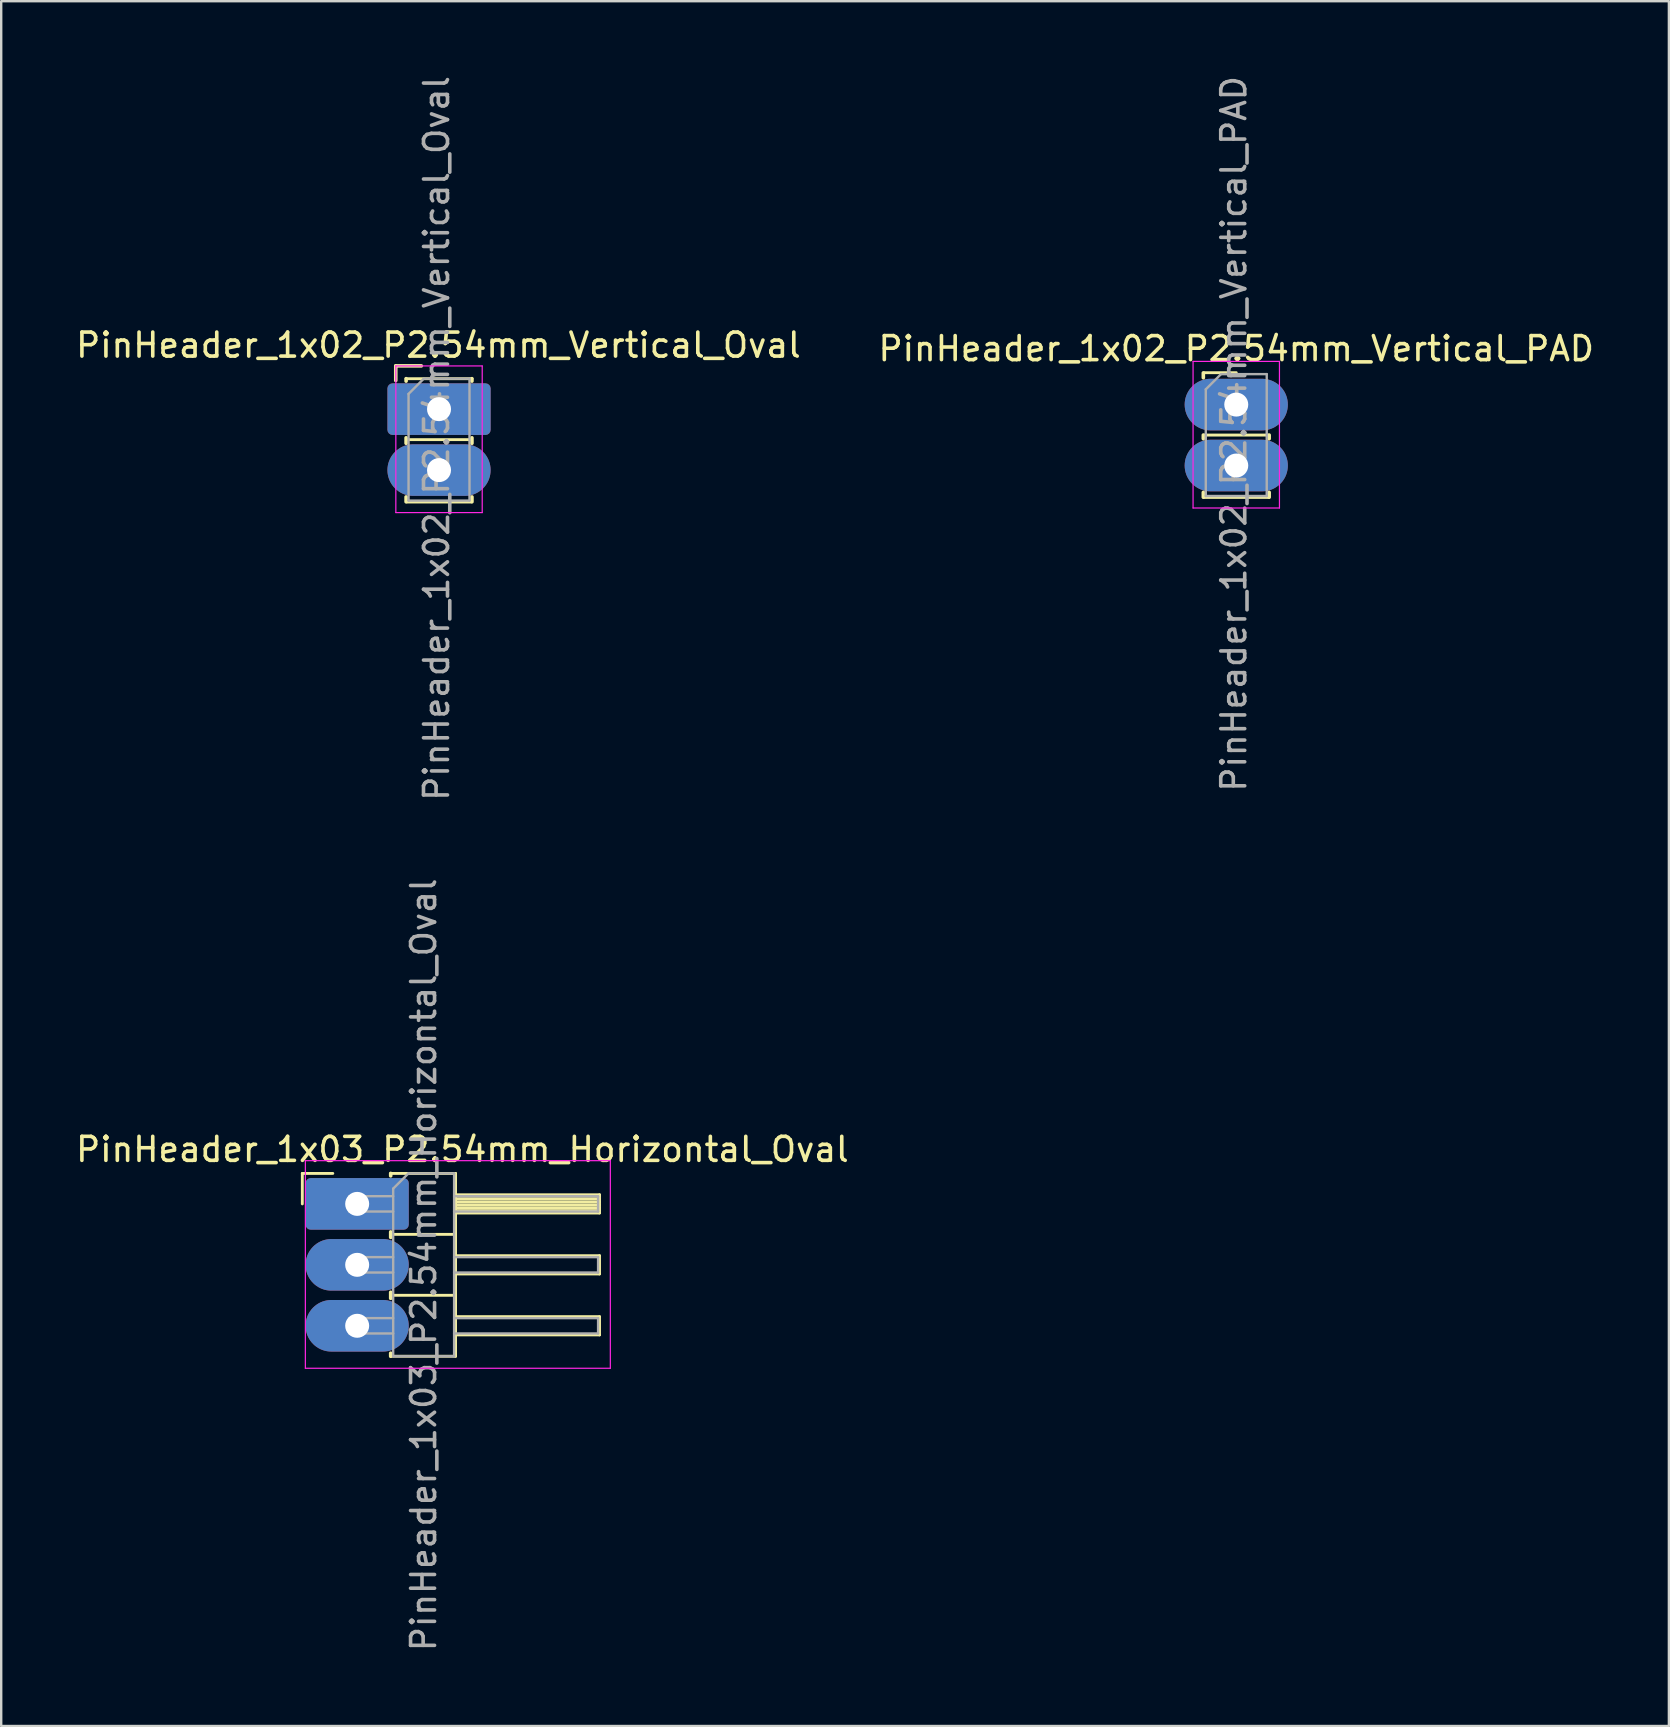
<source format=kicad_pcb>
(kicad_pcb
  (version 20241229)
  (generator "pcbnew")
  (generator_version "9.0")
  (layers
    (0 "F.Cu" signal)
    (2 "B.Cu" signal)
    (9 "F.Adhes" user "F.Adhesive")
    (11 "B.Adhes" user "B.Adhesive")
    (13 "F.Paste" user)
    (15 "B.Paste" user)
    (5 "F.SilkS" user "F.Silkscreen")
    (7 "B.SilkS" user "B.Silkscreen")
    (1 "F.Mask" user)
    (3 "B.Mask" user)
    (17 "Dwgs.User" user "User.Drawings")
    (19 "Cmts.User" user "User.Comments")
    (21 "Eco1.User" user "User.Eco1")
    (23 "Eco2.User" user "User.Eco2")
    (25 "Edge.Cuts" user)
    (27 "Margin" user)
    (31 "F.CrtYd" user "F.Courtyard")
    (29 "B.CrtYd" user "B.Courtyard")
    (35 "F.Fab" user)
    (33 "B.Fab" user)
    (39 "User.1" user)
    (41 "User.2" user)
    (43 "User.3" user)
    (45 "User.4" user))
  (footprint "PinHeader_1x02_P2.54mm_Vertical_Oval"
    (layer "F.Cu")
    (at 15.246 14.001)
    (property "Reference" "PinHeader_1x02_P2.54mm_Vertical_Oval" (at -0.025 -2.667 0) (layer "F.SilkS") (effects (font (size 1 1) (thickness 0.15))))
    (attr through_hole)
    (fp_line (start -1.803 -1.803) (end -0.737 -1.803) (stroke (width 0.15) (type solid)) (layer "F.SilkS"))
    (fp_line (start -1.803 -1.194) (end -1.803 -1.803) (stroke (width 0.15) (type solid)) (layer "F.SilkS"))
    (fp_line (start -1.372 -1.27) (end -1.372 -1.168) (stroke (width 0.15) (type solid)) (layer "F.SilkS"))
    (fp_line (start -1.372 -1.27) (end 1.372 -1.27) (stroke (width 0.12) (type solid)) (layer "F.SilkS"))
    (fp_line (start -1.372 1.194) (end -1.372 1.422) (stroke (width 0.15) (type solid)) (layer "F.SilkS"))
    (fp_line (start -1.372 3.658) (end -1.372 3.861) (stroke (width 0.15) (type solid)) (layer "F.SilkS"))
    (fp_line (start -1.33 1.27) (end 1.33 1.27) (stroke (width 0.12) (type solid)) (layer "F.SilkS"))
    (fp_line (start -1.33 3.87) (end 1.33 3.87) (stroke (width 0.12) (type solid)) (layer "F.SilkS"))
    (fp_line (start 1.372 -1.27) (end 1.372 -1.168) (stroke (width 0.15) (type solid)) (layer "F.SilkS"))
    (fp_line (start 1.372 1.194) (end 1.372 1.422) (stroke (width 0.15) (type solid)) (layer "F.SilkS"))
    (fp_line (start 1.372 3.861) (end 1.372 3.658) (stroke (width 0.15) (type solid)) (layer "F.SilkS"))
    (fp_line (start -1.8 -1.8) (end -1.8 4.31) (stroke (width 0.05) (type solid)) (layer "F.CrtYd"))
    (fp_line (start -1.8 4.31) (end 1.8 4.31) (stroke (width 0.05) (type solid)) (layer "F.CrtYd"))
    (fp_line (start 1.8 -1.8) (end -1.8 -1.8) (stroke (width 0.05) (type solid)) (layer "F.CrtYd"))
    (fp_line (start 1.8 4.31) (end 1.8 -1.8) (stroke (width 0.05) (type solid)) (layer "F.CrtYd"))
    (fp_line (start -1.27 -0.635) (end -0.635 -1.27) (stroke (width 0.1) (type solid)) (layer "F.Fab"))
    (fp_line (start -1.27 3.81) (end -1.27 -0.635) (stroke (width 0.1) (type solid)) (layer "F.Fab"))
    (fp_line (start -0.635 -1.27) (end 1.27 -1.27) (stroke (width 0.1) (type solid)) (layer "F.Fab"))
    (fp_line (start 1.27 -1.27) (end 1.27 3.81) (stroke (width 0.1) (type solid)) (layer "F.Fab"))
    (fp_line (start 1.27 3.81) (end -1.27 3.81) (stroke (width 0.1) (type solid)) (layer "F.Fab"))
    (fp_text user "${REFERENCE}" (at -0.102 1.219 90) (layer "F.Fab") (effects (font (size 1 1) (thickness 0.15))))
    (pad "1" thru_hole roundrect (at 0 0) (size 4.3 2.15) (drill 1) (layers "*.Cu" "*.Mask") (roundrect_rratio 0.1))
    (pad "2" thru_hole oval (at 0 2.54) (size 4.3 2.15) (drill 1) (layers "*.Cu" "*.Mask")))
  (footprint "PinHeader_1x02_P2.54mm_Vertical_PAD"
    (layer "F.Cu")
    (at 48.47 13.811)
    (property "Reference" "PinHeader_1x02_P2.54mm_Vertical_PAD" (at 0 -2.33 0) (layer "F.SilkS") (effects (font (size 1 1) (thickness 0.15))))
    (attr through_hole)
    (fp_line (start -1.372 -1.321) (end -1.372 -1.118) (stroke (width 0.15) (type solid)) (layer "F.SilkS"))
    (fp_line (start -1.372 1.27) (end -1.372 1.422) (stroke (width 0.15) (type solid)) (layer "F.SilkS"))
    (fp_line (start -1.372 3.658) (end -1.372 3.861) (stroke (width 0.15) (type solid)) (layer "F.SilkS"))
    (fp_line (start -1.33 -1.33) (end 0 -1.33) (stroke (width 0.12) (type solid)) (layer "F.SilkS"))
    (fp_line (start -1.33 1.27) (end 1.33 1.27) (stroke (width 0.12) (type solid)) (layer "F.SilkS"))
    (fp_line (start -1.33 3.87) (end 1.33 3.87) (stroke (width 0.12) (type solid)) (layer "F.SilkS"))
    (fp_line (start 1.372 1.27) (end 1.372 1.422) (stroke (width 0.15) (type solid)) (layer "F.SilkS"))
    (fp_line (start 1.372 3.861) (end 1.372 3.658) (stroke (width 0.15) (type solid)) (layer "F.SilkS"))
    (fp_line (start -1.8 -1.8) (end -1.8 4.31) (stroke (width 0.05) (type solid)) (layer "F.CrtYd"))
    (fp_line (start -1.8 4.31) (end 1.8 4.31) (stroke (width 0.05) (type solid)) (layer "F.CrtYd"))
    (fp_line (start 1.8 -1.8) (end -1.8 -1.8) (stroke (width 0.05) (type solid)) (layer "F.CrtYd"))
    (fp_line (start 1.8 4.31) (end 1.8 -1.8) (stroke (width 0.05) (type solid)) (layer "F.CrtYd"))
    (fp_line (start -1.27 -0.635) (end -0.635 -1.27) (stroke (width 0.1) (type solid)) (layer "F.Fab"))
    (fp_line (start -1.27 3.81) (end -1.27 -0.635) (stroke (width 0.1) (type solid)) (layer "F.Fab"))
    (fp_line (start -0.635 -1.27) (end 1.27 -1.27) (stroke (width 0.1) (type solid)) (layer "F.Fab"))
    (fp_line (start 1.27 -1.27) (end 1.27 3.81) (stroke (width 0.1) (type solid)) (layer "F.Fab"))
    (fp_line (start 1.27 3.81) (end -1.27 3.81) (stroke (width 0.1) (type solid)) (layer "F.Fab"))
    (fp_text user "${REFERENCE}" (at -0.102 1.219 90) (layer "F.Fab") (effects (font (size 1 1) (thickness 0.15))))
    (pad "1" thru_hole oval (at 0 0) (size 4.3 2.15) (drill 1) (layers "*.Cu" "*.Mask"))
    (pad "2" thru_hole oval (at 0 2.54) (size 4.3 2.15) (drill 1) (layers "*.Cu" "*.Mask")))
  (footprint "PinHeader_1x03_P2.54mm_Horizontal_Oval"
    (layer "F.Cu")
    (at 11.835 47.121)
    (property "Reference" "PinHeader_1x03_P2.54mm_Horizontal_Oval" (at 4.385 -2.27 0) (layer "F.SilkS") (effects (font (size 1 1) (thickness 0.15))))
    (attr through_hole)
    (fp_line (start -2.286 -1.27) (end -1.016 -1.27) (stroke (width 0.12) (type solid)) (layer "F.SilkS"))
    (fp_line (start -2.286 0) (end -2.286 -1.27) (stroke (width 0.12) (type solid)) (layer "F.SilkS"))
    (fp_line (start 1.397 -1.27) (end 1.397 -1.168) (stroke (width 0.15) (type solid)) (layer "F.SilkS"))
    (fp_line (start 1.397 1.168) (end 1.397 1.397) (stroke (width 0.15) (type solid)) (layer "F.SilkS"))
    (fp_line (start 1.397 1.27) (end 4.1 1.27) (stroke (width 0.12) (type solid)) (layer "F.SilkS"))
    (fp_line (start 1.397 3.683) (end 1.397 3.937) (stroke (width 0.15) (type solid)) (layer "F.SilkS"))
    (fp_line (start 1.397 3.81) (end 4.1 3.81) (stroke (width 0.12) (type solid)) (layer "F.SilkS"))
    (fp_line (start 1.397 6.223) (end 1.397 6.35) (stroke (width 0.15) (type solid)) (layer "F.SilkS"))
    (fp_line (start 1.397 6.35) (end 4.1 6.35) (stroke (width 0.12) (type solid)) (layer "F.SilkS"))
    (fp_line (start 4.1 -1.27) (end 1.397 -1.27) (stroke (width 0.12) (type solid)) (layer "F.SilkS"))
    (fp_line (start 4.1 -0.38) (end 10.1 -0.38) (stroke (width 0.12) (type solid)) (layer "F.SilkS"))
    (fp_line (start 4.1 -0.32) (end 10.1 -0.32) (stroke (width 0.12) (type solid)) (layer "F.SilkS"))
    (fp_line (start 4.1 -0.2) (end 10.1 -0.2) (stroke (width 0.12) (type solid)) (layer "F.SilkS"))
    (fp_line (start 4.1 -0.08) (end 10.1 -0.08) (stroke (width 0.12) (type solid)) (layer "F.SilkS"))
    (fp_line (start 4.1 0.04) (end 10.1 0.04) (stroke (width 0.12) (type solid)) (layer "F.SilkS"))
    (fp_line (start 4.1 0.16) (end 10.1 0.16) (stroke (width 0.12) (type solid)) (layer "F.SilkS"))
    (fp_line (start 4.1 0.28) (end 10.1 0.28) (stroke (width 0.12) (type solid)) (layer "F.SilkS"))
    (fp_line (start 4.1 2.16) (end 10.1 2.16) (stroke (width 0.12) (type solid)) (layer "F.SilkS"))
    (fp_line (start 4.1 4.7) (end 10.1 4.7) (stroke (width 0.12) (type solid)) (layer "F.SilkS"))
    (fp_line (start 4.1 6.35) (end 4.1 -1.27) (stroke (width 0.12) (type solid)) (layer "F.SilkS"))
    (fp_line (start 10.1 -0.38) (end 10.1 0.38) (stroke (width 0.12) (type solid)) (layer "F.SilkS"))
    (fp_line (start 10.1 0.38) (end 4.1 0.38) (stroke (width 0.12) (type solid)) (layer "F.SilkS"))
    (fp_line (start 10.1 2.16) (end 10.1 2.92) (stroke (width 0.12) (type solid)) (layer "F.SilkS"))
    (fp_line (start 10.1 2.92) (end 4.1 2.92) (stroke (width 0.12) (type solid)) (layer "F.SilkS"))
    (fp_line (start 10.1 4.7) (end 10.1 5.46) (stroke (width 0.12) (type solid)) (layer "F.SilkS"))
    (fp_line (start 10.1 5.46) (end 4.1 5.46) (stroke (width 0.12) (type solid)) (layer "F.SilkS"))
    (fp_line (start -2.159 -1.8) (end -2.159 6.85) (stroke (width 0.05) (type solid)) (layer "F.CrtYd"))
    (fp_line (start -2.159 6.85) (end 10.55 6.85) (stroke (width 0.05) (type solid)) (layer "F.CrtYd"))
    (fp_line (start 10.55 -1.8) (end -2.159 -1.8) (stroke (width 0.05) (type solid)) (layer "F.CrtYd"))
    (fp_line (start 10.55 6.85) (end 10.55 -1.8) (stroke (width 0.05) (type solid)) (layer "F.CrtYd"))
    (fp_line (start -0.32 -0.32) (end -0.32 0.32) (stroke (width 0.1) (type solid)) (layer "F.Fab"))
    (fp_line (start -0.32 -0.32) (end 1.5 -0.32) (stroke (width 0.1) (type solid)) (layer "F.Fab"))
    (fp_line (start -0.32 0.32) (end 1.5 0.32) (stroke (width 0.1) (type solid)) (layer "F.Fab"))
    (fp_line (start -0.32 2.22) (end -0.32 2.86) (stroke (width 0.1) (type solid)) (layer "F.Fab"))
    (fp_line (start -0.32 2.22) (end 1.5 2.22) (stroke (width 0.1) (type solid)) (layer "F.Fab"))
    (fp_line (start -0.32 2.86) (end 1.5 2.86) (stroke (width 0.1) (type solid)) (layer "F.Fab"))
    (fp_line (start -0.32 4.76) (end -0.32 5.4) (stroke (width 0.1) (type solid)) (layer "F.Fab"))
    (fp_line (start -0.32 4.76) (end 1.5 4.76) (stroke (width 0.1) (type solid)) (layer "F.Fab"))
    (fp_line (start -0.32 5.4) (end 1.5 5.4) (stroke (width 0.1) (type solid)) (layer "F.Fab"))
    (fp_line (start 1.5 -0.635) (end 2.135 -1.27) (stroke (width 0.1) (type solid)) (layer "F.Fab"))
    (fp_line (start 1.5 6.35) (end 1.5 -0.635) (stroke (width 0.1) (type solid)) (layer "F.Fab"))
    (fp_line (start 2.135 -1.27) (end 4.04 -1.27) (stroke (width 0.1) (type solid)) (layer "F.Fab"))
    (fp_line (start 4.04 -1.27) (end 4.04 6.35) (stroke (width 0.1) (type solid)) (layer "F.Fab"))
    (fp_line (start 4.04 -0.32) (end 10.04 -0.32) (stroke (width 0.1) (type solid)) (layer "F.Fab"))
    (fp_line (start 4.04 0.32) (end 10.04 0.32) (stroke (width 0.1) (type solid)) (layer "F.Fab"))
    (fp_line (start 4.04 2.22) (end 10.04 2.22) (stroke (width 0.1) (type solid)) (layer "F.Fab"))
    (fp_line (start 4.04 2.86) (end 10.04 2.86) (stroke (width 0.1) (type solid)) (layer "F.Fab"))
    (fp_line (start 4.04 4.76) (end 10.04 4.76) (stroke (width 0.1) (type solid)) (layer "F.Fab"))
    (fp_line (start 4.04 5.4) (end 10.04 5.4) (stroke (width 0.1) (type solid)) (layer "F.Fab"))
    (fp_line (start 4.04 6.35) (end 1.5 6.35) (stroke (width 0.1) (type solid)) (layer "F.Fab"))
    (fp_line (start 10.04 -0.32) (end 10.04 0.32) (stroke (width 0.1) (type solid)) (layer "F.Fab"))
    (fp_line (start 10.04 2.22) (end 10.04 2.86) (stroke (width 0.1) (type solid)) (layer "F.Fab"))
    (fp_line (start 10.04 4.76) (end 10.04 5.4) (stroke (width 0.1) (type solid)) (layer "F.Fab"))
    (fp_text user "${REFERENCE}" (at 2.77 2.54 90) (layer "F.Fab") (effects (font (size 1 1) (thickness 0.15))))
    (pad "1" thru_hole roundrect (at 0 0) (size 4.3 2.15) (drill 1) (layers "*.Cu" "*.Mask") (roundrect_rratio 0.1))
    (pad "2" thru_hole oval (at 0 2.54) (size 4.3 2.15) (drill 1) (layers "*.Cu" "*.Mask"))
    (pad "3" thru_hole oval (at 0 5.08) (size 4.3 2.15) (drill 1) (layers "*.Cu" "*.Mask")))
  (gr_rect
    (start -3 -3)
    (end 66.5 68.881)
    (stroke (width 0.1) (type default))
    (fill no)
    (layer "Edge.Cuts")))
</source>
